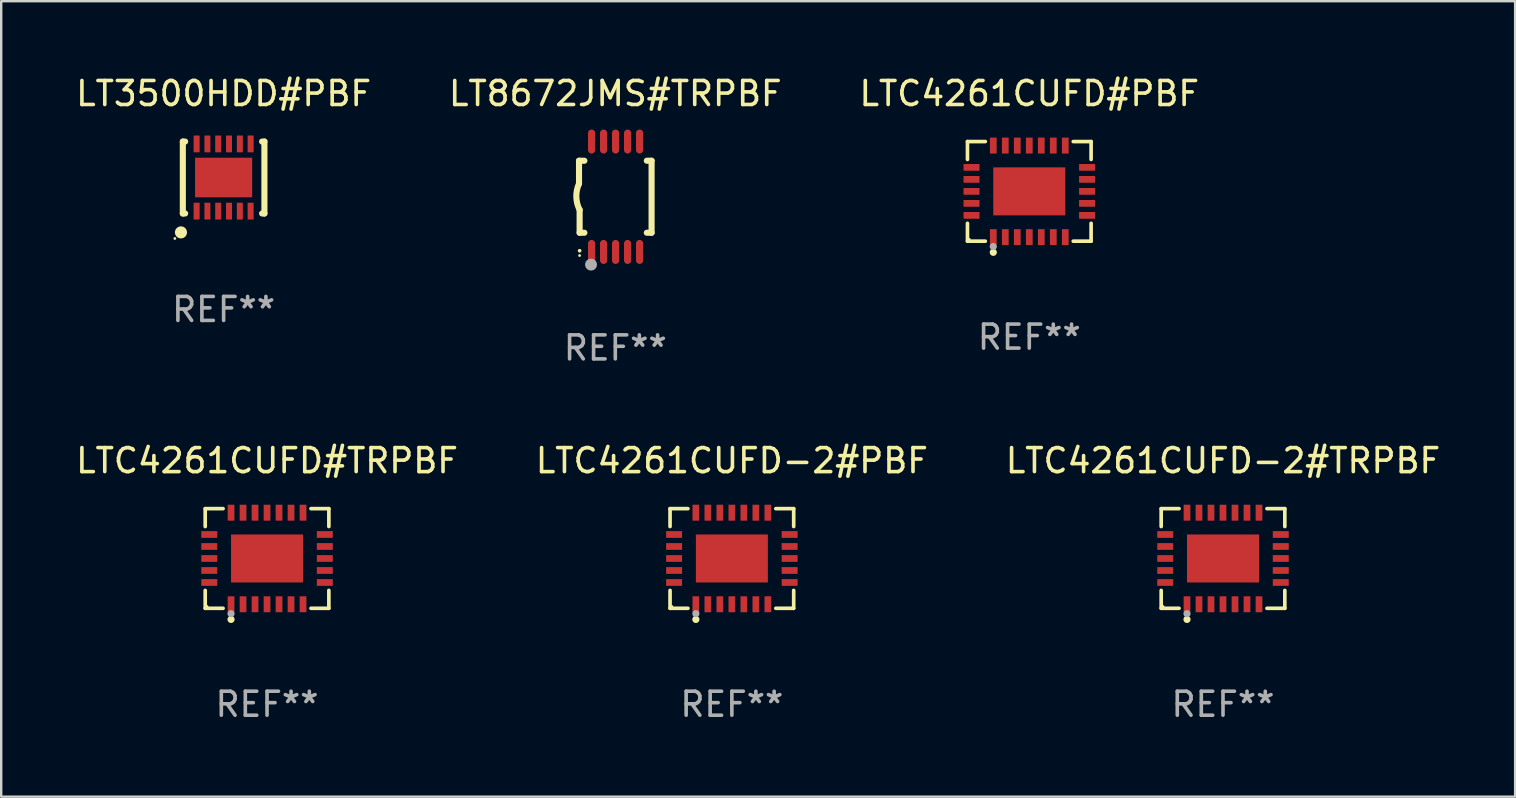
<source format=kicad_pcb>
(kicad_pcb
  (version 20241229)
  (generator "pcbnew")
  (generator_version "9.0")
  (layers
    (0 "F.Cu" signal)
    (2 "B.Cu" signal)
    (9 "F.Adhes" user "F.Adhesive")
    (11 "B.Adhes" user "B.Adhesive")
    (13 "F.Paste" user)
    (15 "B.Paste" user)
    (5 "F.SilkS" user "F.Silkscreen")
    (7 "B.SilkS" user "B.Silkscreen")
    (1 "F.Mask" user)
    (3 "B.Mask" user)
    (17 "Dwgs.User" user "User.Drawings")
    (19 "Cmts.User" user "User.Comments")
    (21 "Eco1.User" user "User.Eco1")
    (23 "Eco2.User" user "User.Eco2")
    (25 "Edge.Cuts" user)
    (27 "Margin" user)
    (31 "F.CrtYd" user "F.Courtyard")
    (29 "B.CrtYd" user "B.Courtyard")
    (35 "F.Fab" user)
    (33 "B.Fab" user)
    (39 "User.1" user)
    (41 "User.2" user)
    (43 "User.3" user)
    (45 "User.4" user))
  (footprint "LTC4261CUFD#PBF"
    (layer "F.Cu")
    (at 39.839 4.924)
    (property "Reference" "LTC4261CUFD#PBF" (at 0 -4.076 0) (layer "F.SilkS") (effects (font (size 1 1) (thickness 0.15))))
    (attr through_hole)
    (fp_line (start -2.576 -2.076) (end -1.831 -2.076) (stroke (width 0.152) (type solid)) (layer "F.SilkS"))
    (fp_line (start -2.576 -1.331) (end -2.576 -2.076) (stroke (width 0.152) (type solid)) (layer "F.SilkS"))
    (fp_line (start -2.576 1.331) (end -2.576 2.076) (stroke (width 0.152) (type solid)) (layer "F.SilkS"))
    (fp_line (start -2.576 2.076) (end -1.831 2.076) (stroke (width 0.152) (type solid)) (layer "F.SilkS"))
    (fp_line (start 2.576 -2.076) (end 1.831 -2.076) (stroke (width 0.152) (type solid)) (layer "F.SilkS"))
    (fp_line (start 2.576 -1.331) (end 2.576 -2.076) (stroke (width 0.152) (type solid)) (layer "F.SilkS"))
    (fp_line (start 2.576 1.331) (end 2.576 2.076) (stroke (width 0.152) (type solid)) (layer "F.SilkS"))
    (fp_line (start 2.576 2.076) (end 1.831 2.076) (stroke (width 0.152) (type solid)) (layer "F.SilkS"))
    (fp_circle (center -2.5 2) (end -2.47 2) (stroke (width 0.06) (type solid)) (fill no) (layer "F.SilkS"))
    (fp_circle (center -1.5 2.54) (end -1.425 2.54) (stroke (width 0.15) (type solid)) (fill no) (layer "F.SilkS"))
    (fp_circle (center -1.5 2.3) (end -1.425 2.3) (stroke (width 0.15) (type solid)) (fill no) (layer "F.Fab"))
    (fp_text user "REF**" (at 0 6.076 0) (layer "F.Fab") (effects (font (size 1 1) (thickness 0.15))))
    (pad "1" smd rect (at -1.5 1.908) (size 0.28 0.665) (layers "F.Cu" "F.Mask" "F.Paste"))
    (pad "2" smd rect (at -1 1.908) (size 0.28 0.665) (layers "F.Cu" "F.Mask" "F.Paste"))
    (pad "3" smd rect (at -0.5 1.908) (size 0.28 0.665) (layers "F.Cu" "F.Mask" "F.Paste"))
    (pad "4" smd rect (at 0 1.908) (size 0.28 0.665) (layers "F.Cu" "F.Mask" "F.Paste"))
    (pad "5" smd rect (at 0.5 1.908) (size 0.28 0.665) (layers "F.Cu" "F.Mask" "F.Paste"))
    (pad "6" smd rect (at 1 1.908) (size 0.28 0.665) (layers "F.Cu" "F.Mask" "F.Paste"))
    (pad "7" smd rect (at 1.5 1.908) (size 0.28 0.665) (layers "F.Cu" "F.Mask" "F.Paste"))
    (pad "8" smd rect (at 2.407 1) (size 0.665 0.28) (layers "F.Cu" "F.Mask" "F.Paste"))
    (pad "9" smd rect (at 2.407 0.5) (size 0.665 0.28) (layers "F.Cu" "F.Mask" "F.Paste"))
    (pad "10" smd rect (at 2.407 0) (size 0.665 0.28) (layers "F.Cu" "F.Mask" "F.Paste"))
    (pad "11" smd rect (at 2.407 -0.5) (size 0.665 0.28) (layers "F.Cu" "F.Mask" "F.Paste"))
    (pad "12" smd rect (at 2.407 -1) (size 0.665 0.28) (layers "F.Cu" "F.Mask" "F.Paste"))
    (pad "13" smd rect (at 1.5 -1.908) (size 0.28 0.665) (layers "F.Cu" "F.Mask" "F.Paste"))
    (pad "14" smd rect (at 1 -1.908) (size 0.28 0.665) (layers "F.Cu" "F.Mask" "F.Paste"))
    (pad "15" smd rect (at 0.5 -1.908) (size 0.28 0.665) (layers "F.Cu" "F.Mask" "F.Paste"))
    (pad "16" smd rect (at 0 -1.908) (size 0.28 0.665) (layers "F.Cu" "F.Mask" "F.Paste"))
    (pad "17" smd rect (at -0.5 -1.908) (size 0.28 0.665) (layers "F.Cu" "F.Mask" "F.Paste"))
    (pad "18" smd rect (at -1 -1.908) (size 0.28 0.665) (layers "F.Cu" "F.Mask" "F.Paste"))
    (pad "19" smd rect (at -1.5 -1.908) (size 0.28 0.665) (layers "F.Cu" "F.Mask" "F.Paste"))
    (pad "20" smd rect (at -2.407 -1) (size 0.665 0.28) (layers "F.Cu" "F.Mask" "F.Paste"))
    (pad "21" smd rect (at -2.407 -0.5) (size 0.665 0.28) (layers "F.Cu" "F.Mask" "F.Paste"))
    (pad "22" smd rect (at -2.407 0) (size 0.665 0.28) (layers "F.Cu" "F.Mask" "F.Paste"))
    (pad "23" smd rect (at -2.407 0.5) (size 0.665 0.28) (layers "F.Cu" "F.Mask" "F.Paste"))
    (pad "24" smd rect (at -2.407 1) (size 0.665 0.28) (layers "F.Cu" "F.Mask" "F.Paste"))
    (pad "25" smd rect (at 0 0) (size 3 2) (layers "F.Cu" "F.Mask" "F.Paste")))
  (footprint "LTC4261CUFD-2#TRPBF"
    (layer "F.Cu")
    (at 47.911 20.221)
    (property "Reference" "LTC4261CUFD-2#TRPBF" (at 0 -4.076 0) (layer "F.SilkS") (effects (font (size 1 1) (thickness 0.15))))
    (attr through_hole)
    (fp_line (start -2.576 -2.076) (end -1.831 -2.076) (stroke (width 0.152) (type solid)) (layer "F.SilkS"))
    (fp_line (start -2.576 -1.331) (end -2.576 -2.076) (stroke (width 0.152) (type solid)) (layer "F.SilkS"))
    (fp_line (start -2.576 1.331) (end -2.576 2.076) (stroke (width 0.152) (type solid)) (layer "F.SilkS"))
    (fp_line (start -2.576 2.076) (end -1.831 2.076) (stroke (width 0.152) (type solid)) (layer "F.SilkS"))
    (fp_line (start 2.576 -2.076) (end 1.831 -2.076) (stroke (width 0.152) (type solid)) (layer "F.SilkS"))
    (fp_line (start 2.576 -1.331) (end 2.576 -2.076) (stroke (width 0.152) (type solid)) (layer "F.SilkS"))
    (fp_line (start 2.576 1.331) (end 2.576 2.076) (stroke (width 0.152) (type solid)) (layer "F.SilkS"))
    (fp_line (start 2.576 2.076) (end 1.831 2.076) (stroke (width 0.152) (type solid)) (layer "F.SilkS"))
    (fp_circle (center -2.5 2) (end -2.47 2) (stroke (width 0.06) (type solid)) (fill no) (layer "F.SilkS"))
    (fp_circle (center -1.5 2.54) (end -1.425 2.54) (stroke (width 0.15) (type solid)) (fill no) (layer "F.SilkS"))
    (fp_circle (center -1.5 2.3) (end -1.425 2.3) (stroke (width 0.15) (type solid)) (fill no) (layer "F.Fab"))
    (fp_text user "REF**" (at 0 6.076 0) (layer "F.Fab") (effects (font (size 1 1) (thickness 0.15))))
    (pad "1" smd rect (at -1.5 1.908) (size 0.28 0.665) (layers "F.Cu" "F.Mask" "F.Paste"))
    (pad "2" smd rect (at -1 1.908) (size 0.28 0.665) (layers "F.Cu" "F.Mask" "F.Paste"))
    (pad "3" smd rect (at -0.5 1.908) (size 0.28 0.665) (layers "F.Cu" "F.Mask" "F.Paste"))
    (pad "4" smd rect (at 0 1.908) (size 0.28 0.665) (layers "F.Cu" "F.Mask" "F.Paste"))
    (pad "5" smd rect (at 0.5 1.908) (size 0.28 0.665) (layers "F.Cu" "F.Mask" "F.Paste"))
    (pad "6" smd rect (at 1 1.908) (size 0.28 0.665) (layers "F.Cu" "F.Mask" "F.Paste"))
    (pad "7" smd rect (at 1.5 1.908) (size 0.28 0.665) (layers "F.Cu" "F.Mask" "F.Paste"))
    (pad "8" smd rect (at 2.407 1) (size 0.665 0.28) (layers "F.Cu" "F.Mask" "F.Paste"))
    (pad "9" smd rect (at 2.407 0.5) (size 0.665 0.28) (layers "F.Cu" "F.Mask" "F.Paste"))
    (pad "10" smd rect (at 2.407 0) (size 0.665 0.28) (layers "F.Cu" "F.Mask" "F.Paste"))
    (pad "11" smd rect (at 2.407 -0.5) (size 0.665 0.28) (layers "F.Cu" "F.Mask" "F.Paste"))
    (pad "12" smd rect (at 2.407 -1) (size 0.665 0.28) (layers "F.Cu" "F.Mask" "F.Paste"))
    (pad "13" smd rect (at 1.5 -1.908) (size 0.28 0.665) (layers "F.Cu" "F.Mask" "F.Paste"))
    (pad "14" smd rect (at 1 -1.908) (size 0.28 0.665) (layers "F.Cu" "F.Mask" "F.Paste"))
    (pad "15" smd rect (at 0.5 -1.908) (size 0.28 0.665) (layers "F.Cu" "F.Mask" "F.Paste"))
    (pad "16" smd rect (at 0 -1.908) (size 0.28 0.665) (layers "F.Cu" "F.Mask" "F.Paste"))
    (pad "17" smd rect (at -0.5 -1.908) (size 0.28 0.665) (layers "F.Cu" "F.Mask" "F.Paste"))
    (pad "18" smd rect (at -1 -1.908) (size 0.28 0.665) (layers "F.Cu" "F.Mask" "F.Paste"))
    (pad "19" smd rect (at -1.5 -1.908) (size 0.28 0.665) (layers "F.Cu" "F.Mask" "F.Paste"))
    (pad "20" smd rect (at -2.407 -1) (size 0.665 0.28) (layers "F.Cu" "F.Mask" "F.Paste"))
    (pad "21" smd rect (at -2.407 -0.5) (size 0.665 0.28) (layers "F.Cu" "F.Mask" "F.Paste"))
    (pad "22" smd rect (at -2.407 0) (size 0.665 0.28) (layers "F.Cu" "F.Mask" "F.Paste"))
    (pad "23" smd rect (at -2.407 0.5) (size 0.665 0.28) (layers "F.Cu" "F.Mask" "F.Paste"))
    (pad "24" smd rect (at -2.407 1) (size 0.665 0.28) (layers "F.Cu" "F.Mask" "F.Paste"))
    (pad "25" smd rect (at 0 0) (size 3 2) (layers "F.Cu" "F.Mask" "F.Paste")))
  (footprint "LTC4261CUFD-2#PBF"
    (layer "F.Cu")
    (at 27.446 20.221)
    (property "Reference" "LTC4261CUFD-2#PBF" (at 0 -4.076 0) (layer "F.SilkS") (effects (font (size 1 1) (thickness 0.15))))
    (attr through_hole)
    (fp_line (start -2.576 -2.076) (end -1.831 -2.076) (stroke (width 0.152) (type solid)) (layer "F.SilkS"))
    (fp_line (start -2.576 -1.331) (end -2.576 -2.076) (stroke (width 0.152) (type solid)) (layer "F.SilkS"))
    (fp_line (start -2.576 1.331) (end -2.576 2.076) (stroke (width 0.152) (type solid)) (layer "F.SilkS"))
    (fp_line (start -2.576 2.076) (end -1.831 2.076) (stroke (width 0.152) (type solid)) (layer "F.SilkS"))
    (fp_line (start 2.576 -2.076) (end 1.831 -2.076) (stroke (width 0.152) (type solid)) (layer "F.SilkS"))
    (fp_line (start 2.576 -1.331) (end 2.576 -2.076) (stroke (width 0.152) (type solid)) (layer "F.SilkS"))
    (fp_line (start 2.576 1.331) (end 2.576 2.076) (stroke (width 0.152) (type solid)) (layer "F.SilkS"))
    (fp_line (start 2.576 2.076) (end 1.831 2.076) (stroke (width 0.152) (type solid)) (layer "F.SilkS"))
    (fp_circle (center -2.5 2) (end -2.47 2) (stroke (width 0.06) (type solid)) (fill no) (layer "F.SilkS"))
    (fp_circle (center -1.5 2.54) (end -1.425 2.54) (stroke (width 0.15) (type solid)) (fill no) (layer "F.SilkS"))
    (fp_circle (center -1.5 2.3) (end -1.425 2.3) (stroke (width 0.15) (type solid)) (fill no) (layer "F.Fab"))
    (fp_text user "REF**" (at 0 6.076 0) (layer "F.Fab") (effects (font (size 1 1) (thickness 0.15))))
    (pad "1" smd rect (at -1.5 1.908) (size 0.28 0.665) (layers "F.Cu" "F.Mask" "F.Paste"))
    (pad "2" smd rect (at -1 1.908) (size 0.28 0.665) (layers "F.Cu" "F.Mask" "F.Paste"))
    (pad "3" smd rect (at -0.5 1.908) (size 0.28 0.665) (layers "F.Cu" "F.Mask" "F.Paste"))
    (pad "4" smd rect (at 0 1.908) (size 0.28 0.665) (layers "F.Cu" "F.Mask" "F.Paste"))
    (pad "5" smd rect (at 0.5 1.908) (size 0.28 0.665) (layers "F.Cu" "F.Mask" "F.Paste"))
    (pad "6" smd rect (at 1 1.908) (size 0.28 0.665) (layers "F.Cu" "F.Mask" "F.Paste"))
    (pad "7" smd rect (at 1.5 1.908) (size 0.28 0.665) (layers "F.Cu" "F.Mask" "F.Paste"))
    (pad "8" smd rect (at 2.407 1) (size 0.665 0.28) (layers "F.Cu" "F.Mask" "F.Paste"))
    (pad "9" smd rect (at 2.407 0.5) (size 0.665 0.28) (layers "F.Cu" "F.Mask" "F.Paste"))
    (pad "10" smd rect (at 2.407 0) (size 0.665 0.28) (layers "F.Cu" "F.Mask" "F.Paste"))
    (pad "11" smd rect (at 2.407 -0.5) (size 0.665 0.28) (layers "F.Cu" "F.Mask" "F.Paste"))
    (pad "12" smd rect (at 2.407 -1) (size 0.665 0.28) (layers "F.Cu" "F.Mask" "F.Paste"))
    (pad "13" smd rect (at 1.5 -1.908) (size 0.28 0.665) (layers "F.Cu" "F.Mask" "F.Paste"))
    (pad "14" smd rect (at 1 -1.908) (size 0.28 0.665) (layers "F.Cu" "F.Mask" "F.Paste"))
    (pad "15" smd rect (at 0.5 -1.908) (size 0.28 0.665) (layers "F.Cu" "F.Mask" "F.Paste"))
    (pad "16" smd rect (at 0 -1.908) (size 0.28 0.665) (layers "F.Cu" "F.Mask" "F.Paste"))
    (pad "17" smd rect (at -0.5 -1.908) (size 0.28 0.665) (layers "F.Cu" "F.Mask" "F.Paste"))
    (pad "18" smd rect (at -1 -1.908) (size 0.28 0.665) (layers "F.Cu" "F.Mask" "F.Paste"))
    (pad "19" smd rect (at -1.5 -1.908) (size 0.28 0.665) (layers "F.Cu" "F.Mask" "F.Paste"))
    (pad "20" smd rect (at -2.407 -1) (size 0.665 0.28) (layers "F.Cu" "F.Mask" "F.Paste"))
    (pad "21" smd rect (at -2.407 -0.5) (size 0.665 0.28) (layers "F.Cu" "F.Mask" "F.Paste"))
    (pad "22" smd rect (at -2.407 0) (size 0.665 0.28) (layers "F.Cu" "F.Mask" "F.Paste"))
    (pad "23" smd rect (at -2.407 0.5) (size 0.665 0.28) (layers "F.Cu" "F.Mask" "F.Paste"))
    (pad "24" smd rect (at -2.407 1) (size 0.665 0.28) (layers "F.Cu" "F.Mask" "F.Paste"))
    (pad "25" smd rect (at 0 0) (size 3 2) (layers "F.Cu" "F.Mask" "F.Paste")))
  (footprint "LT3500HDD#PBF"
    (layer "F.Cu")
    (at 6.268 4.348)
    (property "Reference" "LT3500HDD#PBF" (at 0 -3.499 0) (layer "F.SilkS") (effects (font (size 1 1) (thickness 0.15))))
    (attr through_hole)
    (fp_line (start -1.7 -1.499) (end -1.7 1.498) (stroke (width 0.254) (type solid)) (layer "F.SilkS"))
    (fp_line (start -1.7 -1.499) (end -1.603 -1.499) (stroke (width 0.254) (type solid)) (layer "F.SilkS"))
    (fp_line (start -1.7 1.498) (end -1.603 1.498) (stroke (width 0.254) (type solid)) (layer "F.SilkS"))
    (fp_line (start 1.603 -1.499) (end 1.7 -1.499) (stroke (width 0.254) (type solid)) (layer "F.SilkS"))
    (fp_line (start 1.603 1.498) (end 1.7 1.498) (stroke (width 0.254) (type solid)) (layer "F.SilkS"))
    (fp_line (start 1.7 1.499) (end 1.7 -1.499) (stroke (width 0.254) (type solid)) (layer "F.SilkS"))
    (fp_circle (center -2.032 2.539) (end -2.002 2.539) (stroke (width 0.06) (type solid)) (fill no) (layer "F.SilkS"))
    (fp_circle (center -1.778 2.285) (end -1.651 2.285) (stroke (width 0.254) (type solid)) (fill no) (layer "F.SilkS"))
    (fp_text user "REF**" (at 0 5.499 0) (layer "F.Fab") (effects (font (size 1 1) (thickness 0.15))))
    (pad "1" smd rect (at -1.125 1.399) (size 0.25 0.7) (layers "F.Cu" "F.Mask" "F.Paste"))
    (pad "2" smd rect (at -0.675 1.399) (size 0.25 0.7) (layers "F.Cu" "F.Mask" "F.Paste"))
    (pad "3" smd rect (at -0.225 1.399) (size 0.25 0.7) (layers "F.Cu" "F.Mask" "F.Paste"))
    (pad "4" smd rect (at 0.225 1.399) (size 0.25 0.7) (layers "F.Cu" "F.Mask" "F.Paste"))
    (pad "5" smd rect (at 0.675 1.399) (size 0.25 0.7) (layers "F.Cu" "F.Mask" "F.Paste"))
    (pad "6" smd rect (at 1.125 1.399) (size 0.25 0.7) (layers "F.Cu" "F.Mask" "F.Paste"))
    (pad "7" smd rect (at 1.125 -1.401) (size 0.25 0.7) (layers "F.Cu" "F.Mask" "F.Paste"))
    (pad "8" smd rect (at 0.675 -1.401) (size 0.25 0.7) (layers "F.Cu" "F.Mask" "F.Paste"))
    (pad "9" smd rect (at 0.225 -1.401) (size 0.25 0.7) (layers "F.Cu" "F.Mask" "F.Paste"))
    (pad "10" smd rect (at -0.225 -1.401) (size 0.25 0.7) (layers "F.Cu" "F.Mask" "F.Paste"))
    (pad "11" smd rect (at -0.675 -1.401) (size 0.25 0.7) (layers "F.Cu" "F.Mask" "F.Paste"))
    (pad "12" smd rect (at -1.125 -1.401) (size 0.25 0.7) (layers "F.Cu" "F.Mask" "F.Paste"))
    (pad "13" smd rect (at 0 -0.001) (size 2.38 1.65) (layers "F.Cu" "F.Mask" "F.Paste")))
  (footprint "LT8672JMS#TRPBF"
    (layer "F.Cu")
    (at 22.589 5.148)
    (property "Reference" "LT8672JMS#TRPBF" (at 0 -4.3 0) (layer "F.SilkS") (effects (font (size 1 1) (thickness 0.15))))
    (attr through_hole)
    (fp_line (start -1.512 -1.5) (end -1.512 -0.546) (stroke (width 0.254) (type solid)) (layer "F.SilkS"))
    (fp_line (start -1.487 0.546) (end -1.487 1.5) (stroke (width 0.254) (type solid)) (layer "F.SilkS"))
    (fp_line (start -1.288 -1.5) (end -1.512 -1.5) (stroke (width 0.254) (type solid)) (layer "F.SilkS"))
    (fp_line (start -1.288 1.5) (end -1.487 1.5) (stroke (width 0.254) (type solid)) (layer "F.SilkS"))
    (fp_line (start 1.512 -1.5) (end 1.312 -1.5) (stroke (width 0.254) (type solid)) (layer "F.SilkS"))
    (fp_line (start 1.512 -1.5) (end 1.512 1.5) (stroke (width 0.254) (type solid)) (layer "F.SilkS"))
    (fp_line (start 1.512 1.5) (end 1.312 1.5) (stroke (width 0.254) (type solid)) (layer "F.SilkS"))
    (fp_arc (start -1.487998 2.250013) (mid -1.486728 2.250007) (end -1.485458 2.250013) (stroke (width 0.150013) (type solid)) (layer "F.SilkS"))
    (fp_arc (start -1.486602 0.546102) (mid -1.624196 0.002905) (end -1.512002 -0.546101) (stroke (width 0.254001) (type solid)) (layer "F.SilkS"))
    (fp_circle (center -1.488 2.45) (end -1.458 2.45) (stroke (width 0.06) (type solid)) (fill no) (layer "F.SilkS"))
    (fp_circle (center -1.012 2.828) (end -0.887 2.828) (stroke (width 0.25) (type solid)) (fill no) (layer "F.Fab"))
    (fp_text user "REF**" (at 0 6.3 0) (layer "F.Fab") (effects (font (size 1 1) (thickness 0.15))))
    (pad "1" smd oval (at -0.988 2.3) (size 0.3 1) (layers "F.Cu" "F.Mask" "F.Paste"))
    (pad "2" smd oval (at -0.488 2.3) (size 0.3 1) (layers "F.Cu" "F.Mask" "F.Paste"))
    (pad "3" smd oval (at 0.012 2.3) (size 0.3 1) (layers "F.Cu" "F.Mask" "F.Paste"))
    (pad "4" smd oval (at 0.512 2.3) (size 0.3 1) (layers "F.Cu" "F.Mask" "F.Paste"))
    (pad "5" smd oval (at 1.012 2.3) (size 0.3 1) (layers "F.Cu" "F.Mask" "F.Paste"))
    (pad "6" smd oval (at 1.012 -2.3) (size 0.3 1) (layers "F.Cu" "F.Mask" "F.Paste"))
    (pad "7" smd oval (at 0.512 -2.3) (size 0.3 1) (layers "F.Cu" "F.Mask" "F.Paste"))
    (pad "8" smd oval (at 0.012 -2.3) (size 0.3 1) (layers "F.Cu" "F.Mask" "F.Paste"))
    (pad "9" smd oval (at -0.488 -2.3) (size 0.3 1) (layers "F.Cu" "F.Mask" "F.Paste"))
    (pad "10" smd oval (at -0.988 -2.3) (size 0.3 1) (layers "F.Cu" "F.Mask" "F.Paste")))
  (footprint "LTC4261CUFD#TRPBF"
    (layer "F.Cu")
    (at 8.077 20.221)
    (property "Reference" "LTC4261CUFD#TRPBF" (at 0 -4.076 0) (layer "F.SilkS") (effects (font (size 1 1) (thickness 0.15))))
    (attr through_hole)
    (fp_line (start -2.576 -2.076) (end -1.831 -2.076) (stroke (width 0.152) (type solid)) (layer "F.SilkS"))
    (fp_line (start -2.576 -1.331) (end -2.576 -2.076) (stroke (width 0.152) (type solid)) (layer "F.SilkS"))
    (fp_line (start -2.576 1.331) (end -2.576 2.076) (stroke (width 0.152) (type solid)) (layer "F.SilkS"))
    (fp_line (start -2.576 2.076) (end -1.831 2.076) (stroke (width 0.152) (type solid)) (layer "F.SilkS"))
    (fp_line (start 2.576 -2.076) (end 1.831 -2.076) (stroke (width 0.152) (type solid)) (layer "F.SilkS"))
    (fp_line (start 2.576 -1.331) (end 2.576 -2.076) (stroke (width 0.152) (type solid)) (layer "F.SilkS"))
    (fp_line (start 2.576 1.331) (end 2.576 2.076) (stroke (width 0.152) (type solid)) (layer "F.SilkS"))
    (fp_line (start 2.576 2.076) (end 1.831 2.076) (stroke (width 0.152) (type solid)) (layer "F.SilkS"))
    (fp_circle (center -2.5 2) (end -2.47 2) (stroke (width 0.06) (type solid)) (fill no) (layer "F.SilkS"))
    (fp_circle (center -1.5 2.54) (end -1.425 2.54) (stroke (width 0.15) (type solid)) (fill no) (layer "F.SilkS"))
    (fp_circle (center -1.5 2.3) (end -1.425 2.3) (stroke (width 0.15) (type solid)) (fill no) (layer "F.Fab"))
    (fp_text user "REF**" (at 0 6.076 0) (layer "F.Fab") (effects (font (size 1 1) (thickness 0.15))))
    (pad "1" smd rect (at -1.5 1.908) (size 0.28 0.665) (layers "F.Cu" "F.Mask" "F.Paste"))
    (pad "2" smd rect (at -1 1.908) (size 0.28 0.665) (layers "F.Cu" "F.Mask" "F.Paste"))
    (pad "3" smd rect (at -0.5 1.908) (size 0.28 0.665) (layers "F.Cu" "F.Mask" "F.Paste"))
    (pad "4" smd rect (at 0 1.908) (size 0.28 0.665) (layers "F.Cu" "F.Mask" "F.Paste"))
    (pad "5" smd rect (at 0.5 1.908) (size 0.28 0.665) (layers "F.Cu" "F.Mask" "F.Paste"))
    (pad "6" smd rect (at 1 1.908) (size 0.28 0.665) (layers "F.Cu" "F.Mask" "F.Paste"))
    (pad "7" smd rect (at 1.5 1.908) (size 0.28 0.665) (layers "F.Cu" "F.Mask" "F.Paste"))
    (pad "8" smd rect (at 2.407 1) (size 0.665 0.28) (layers "F.Cu" "F.Mask" "F.Paste"))
    (pad "9" smd rect (at 2.407 0.5) (size 0.665 0.28) (layers "F.Cu" "F.Mask" "F.Paste"))
    (pad "10" smd rect (at 2.407 0) (size 0.665 0.28) (layers "F.Cu" "F.Mask" "F.Paste"))
    (pad "11" smd rect (at 2.407 -0.5) (size 0.665 0.28) (layers "F.Cu" "F.Mask" "F.Paste"))
    (pad "12" smd rect (at 2.407 -1) (size 0.665 0.28) (layers "F.Cu" "F.Mask" "F.Paste"))
    (pad "13" smd rect (at 1.5 -1.908) (size 0.28 0.665) (layers "F.Cu" "F.Mask" "F.Paste"))
    (pad "14" smd rect (at 1 -1.908) (size 0.28 0.665) (layers "F.Cu" "F.Mask" "F.Paste"))
    (pad "15" smd rect (at 0.5 -1.908) (size 0.28 0.665) (layers "F.Cu" "F.Mask" "F.Paste"))
    (pad "16" smd rect (at 0 -1.908) (size 0.28 0.665) (layers "F.Cu" "F.Mask" "F.Paste"))
    (pad "17" smd rect (at -0.5 -1.908) (size 0.28 0.665) (layers "F.Cu" "F.Mask" "F.Paste"))
    (pad "18" smd rect (at -1 -1.908) (size 0.28 0.665) (layers "F.Cu" "F.Mask" "F.Paste"))
    (pad "19" smd rect (at -1.5 -1.908) (size 0.28 0.665) (layers "F.Cu" "F.Mask" "F.Paste"))
    (pad "20" smd rect (at -2.407 -1) (size 0.665 0.28) (layers "F.Cu" "F.Mask" "F.Paste"))
    (pad "21" smd rect (at -2.407 -0.5) (size 0.665 0.28) (layers "F.Cu" "F.Mask" "F.Paste"))
    (pad "22" smd rect (at -2.407 0) (size 0.665 0.28) (layers "F.Cu" "F.Mask" "F.Paste"))
    (pad "23" smd rect (at -2.407 0.5) (size 0.665 0.28) (layers "F.Cu" "F.Mask" "F.Paste"))
    (pad "24" smd rect (at -2.407 1) (size 0.665 0.28) (layers "F.Cu" "F.Mask" "F.Paste"))
    (pad "25" smd rect (at 0 0) (size 3 2) (layers "F.Cu" "F.Mask" "F.Paste")))
  (gr_rect
    (start -3 -3)
    (end 60.083 30.145)
    (stroke (width 0.1) (type default))
    (fill no)
    (layer "Edge.Cuts")))
</source>
